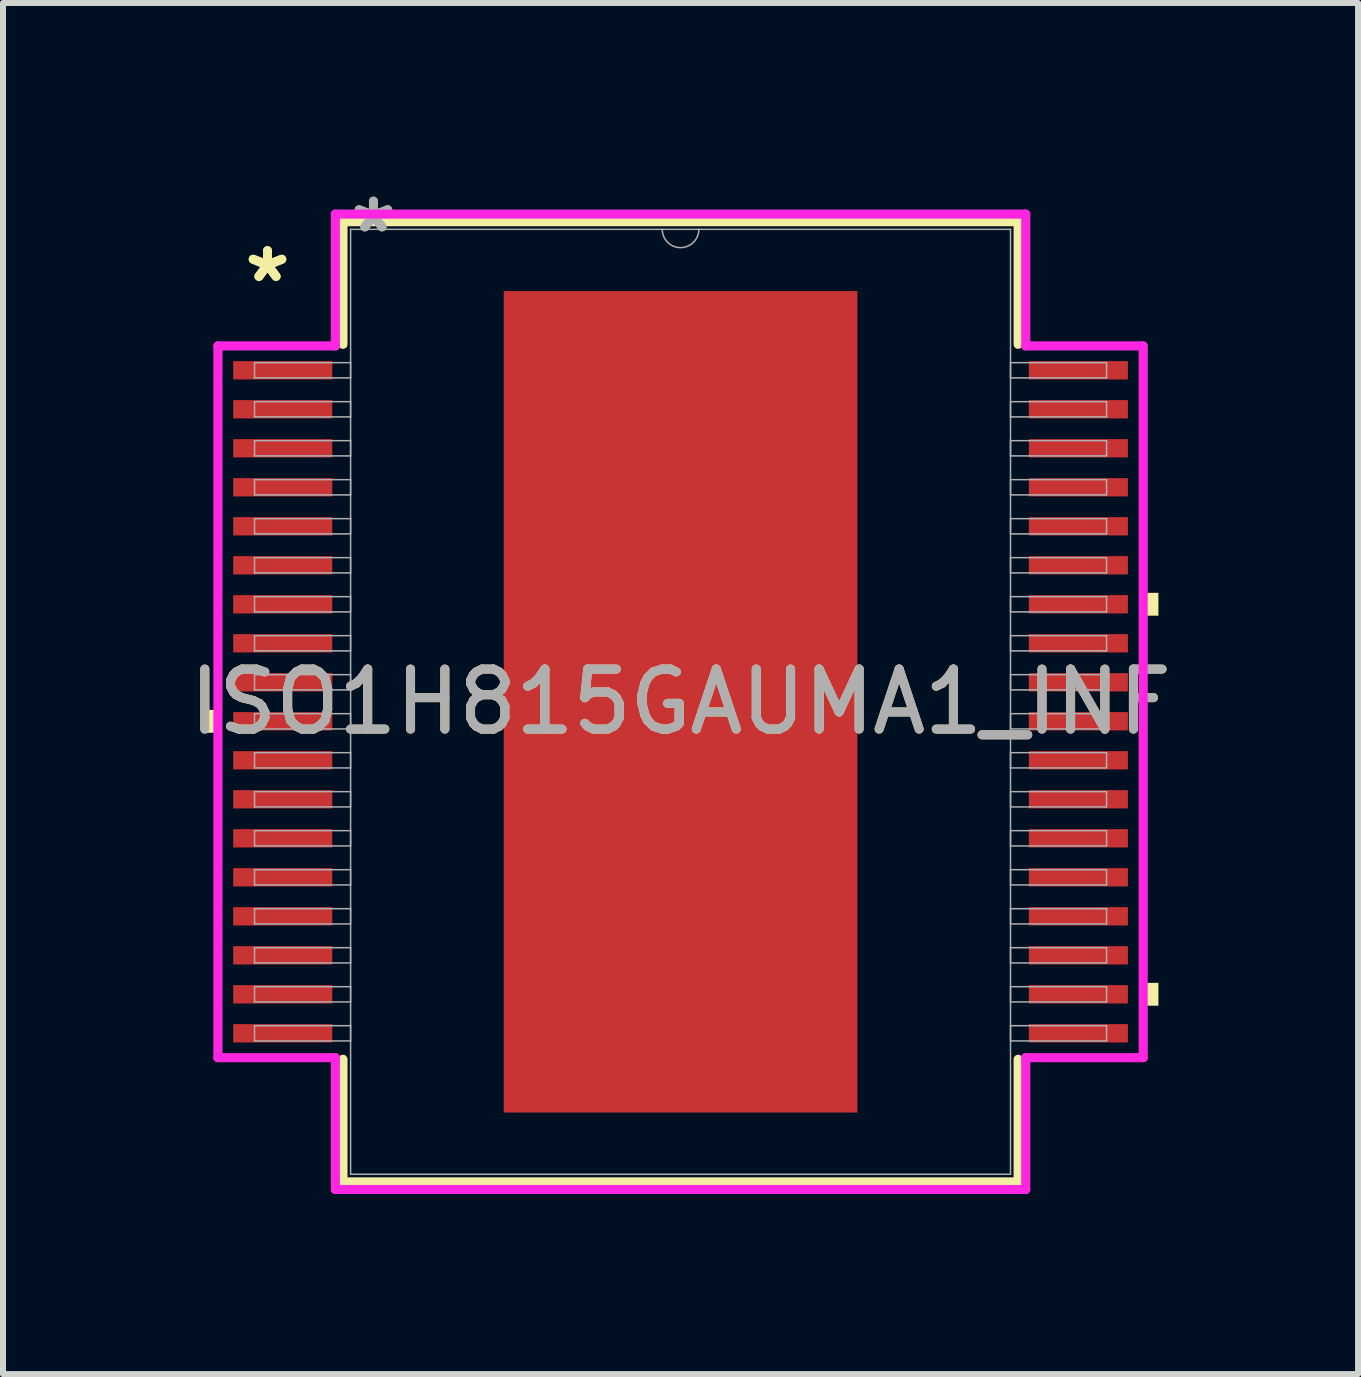
<source format=kicad_pcb>
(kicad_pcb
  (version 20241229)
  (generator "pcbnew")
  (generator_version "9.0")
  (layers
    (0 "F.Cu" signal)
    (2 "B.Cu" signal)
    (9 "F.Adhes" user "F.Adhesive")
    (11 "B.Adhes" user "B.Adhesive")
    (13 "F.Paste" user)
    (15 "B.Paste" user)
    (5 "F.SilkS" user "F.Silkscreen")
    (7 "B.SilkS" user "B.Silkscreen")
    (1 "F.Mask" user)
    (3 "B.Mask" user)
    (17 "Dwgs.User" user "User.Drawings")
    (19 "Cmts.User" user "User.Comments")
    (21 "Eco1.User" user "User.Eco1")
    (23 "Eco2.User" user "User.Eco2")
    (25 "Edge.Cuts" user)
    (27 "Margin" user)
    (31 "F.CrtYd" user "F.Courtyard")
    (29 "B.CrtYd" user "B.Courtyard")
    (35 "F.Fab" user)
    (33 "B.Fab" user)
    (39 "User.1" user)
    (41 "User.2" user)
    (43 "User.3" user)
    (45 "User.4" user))
  (footprint "ISO1H815GAUMA1_INF"
    (layer "F.Cu")
    (at 8.292 8.646)
    (property "Reference" "ISO1H815GAUMA1_INF" (at 0 0 0) (unlocked yes) (layer "F.SilkS") (effects (font (size 1 1) (thickness 0.15))))
    (attr smd)
    (fp_line (start -5.626 -8.001) (end -5.626 -5.958) (stroke (width 0.152) (type solid)) (layer "F.SilkS"))
    (fp_line (start -5.626 5.958) (end -5.626 8.001) (stroke (width 0.152) (type solid)) (layer "F.SilkS"))
    (fp_line (start -5.626 8.001) (end 5.626 8.001) (stroke (width 0.152) (type solid)) (layer "F.SilkS"))
    (fp_line (start 5.626 -8.001) (end -5.626 -8.001) (stroke (width 0.152) (type solid)) (layer "F.SilkS"))
    (fp_line (start 5.626 -5.958) (end 5.626 -8.001) (stroke (width 0.152) (type solid)) (layer "F.SilkS"))
    (fp_line (start 5.626 8.001) (end 5.626 5.958) (stroke (width 0.152) (type solid)) (layer "F.SilkS"))
    (fp_poly (pts (xy -7.964 0.135) (xy -7.964 0.516) (xy -7.71 0.516) (xy -7.71 0.135)) (stroke (width 0) (type solid)) (fill yes) (layer "F.SilkS"))
    (fp_poly (pts (xy 7.964 -1.816) (xy 7.964 -1.435) (xy 7.71 -1.435) (xy 7.71 -1.816)) (stroke (width 0) (type solid)) (fill yes) (layer "F.SilkS"))
    (fp_poly (pts (xy 7.964 4.684) (xy 7.964 5.065) (xy 7.71 5.065) (xy 7.71 4.684)) (stroke (width 0) (type solid)) (fill yes) (layer "F.SilkS"))
    (fp_poly (pts (xy -2.846 -6.745) (xy -2.846 -5.576) (xy -1.573 -5.576) (xy -1.573 -6.745)) (stroke (width 0) (type solid)) (fill yes) (layer "F.Paste"))
    (fp_poly (pts (xy -2.846 -5.376) (xy -2.846 -4.207) (xy -1.573 -4.207) (xy -1.573 -5.376)) (stroke (width 0) (type solid)) (fill yes) (layer "F.Paste"))
    (fp_poly (pts (xy -2.846 -4.007) (xy -2.846 -2.838) (xy -1.573 -2.838) (xy -1.573 -4.007)) (stroke (width 0) (type solid)) (fill yes) (layer "F.Paste"))
    (fp_poly (pts (xy -2.846 -2.638) (xy -2.846 -1.469) (xy -1.573 -1.469) (xy -1.573 -2.638)) (stroke (width 0) (type solid)) (fill yes) (layer "F.Paste"))
    (fp_poly (pts (xy -2.846 -1.269) (xy -2.846 -0.1) (xy -1.573 -0.1) (xy -1.573 -1.269)) (stroke (width 0) (type solid)) (fill yes) (layer "F.Paste"))
    (fp_poly (pts (xy -2.846 0.1) (xy -2.846 1.269) (xy -1.573 1.269) (xy -1.573 0.1)) (stroke (width 0) (type solid)) (fill yes) (layer "F.Paste"))
    (fp_poly (pts (xy -2.846 1.469) (xy -2.846 2.638) (xy -1.573 2.638) (xy -1.573 1.469)) (stroke (width 0) (type solid)) (fill yes) (layer "F.Paste"))
    (fp_poly (pts (xy -2.846 2.838) (xy -2.846 4.007) (xy -1.573 4.007) (xy -1.573 2.838)) (stroke (width 0) (type solid)) (fill yes) (layer "F.Paste"))
    (fp_poly (pts (xy -2.846 4.207) (xy -2.846 5.376) (xy -1.573 5.376) (xy -1.573 4.207)) (stroke (width 0) (type solid)) (fill yes) (layer "F.Paste"))
    (fp_poly (pts (xy -2.846 5.576) (xy -2.846 6.745) (xy -1.573 6.745) (xy -1.573 5.576)) (stroke (width 0) (type solid)) (fill yes) (layer "F.Paste"))
    (fp_poly (pts (xy -1.373 -6.745) (xy -1.373 -5.576) (xy -0.1 -5.576) (xy -0.1 -6.745)) (stroke (width 0) (type solid)) (fill yes) (layer "F.Paste"))
    (fp_poly (pts (xy -1.373 -5.376) (xy -1.373 -4.207) (xy -0.1 -4.207) (xy -0.1 -5.376)) (stroke (width 0) (type solid)) (fill yes) (layer "F.Paste"))
    (fp_poly (pts (xy -1.373 -4.007) (xy -1.373 -2.838) (xy -0.1 -2.838) (xy -0.1 -4.007)) (stroke (width 0) (type solid)) (fill yes) (layer "F.Paste"))
    (fp_poly (pts (xy -1.373 -2.638) (xy -1.373 -1.469) (xy -0.1 -1.469) (xy -0.1 -2.638)) (stroke (width 0) (type solid)) (fill yes) (layer "F.Paste"))
    (fp_poly (pts (xy -1.373 -1.269) (xy -1.373 -0.1) (xy -0.1 -0.1) (xy -0.1 -1.269)) (stroke (width 0) (type solid)) (fill yes) (layer "F.Paste"))
    (fp_poly (pts (xy -1.373 0.1) (xy -1.373 1.269) (xy -0.1 1.269) (xy -0.1 0.1)) (stroke (width 0) (type solid)) (fill yes) (layer "F.Paste"))
    (fp_poly (pts (xy -1.373 1.469) (xy -1.373 2.638) (xy -0.1 2.638) (xy -0.1 1.469)) (stroke (width 0) (type solid)) (fill yes) (layer "F.Paste"))
    (fp_poly (pts (xy -1.373 2.838) (xy -1.373 4.007) (xy -0.1 4.007) (xy -0.1 2.838)) (stroke (width 0) (type solid)) (fill yes) (layer "F.Paste"))
    (fp_poly (pts (xy -1.373 4.207) (xy -1.373 5.376) (xy -0.1 5.376) (xy -0.1 4.207)) (stroke (width 0) (type solid)) (fill yes) (layer "F.Paste"))
    (fp_poly (pts (xy -1.373 5.576) (xy -1.373 6.745) (xy -0.1 6.745) (xy -0.1 5.576)) (stroke (width 0) (type solid)) (fill yes) (layer "F.Paste"))
    (fp_poly (pts (xy 0.1 -6.745) (xy 0.1 -5.576) (xy 1.373 -5.576) (xy 1.373 -6.745)) (stroke (width 0) (type solid)) (fill yes) (layer "F.Paste"))
    (fp_poly (pts (xy 0.1 -5.376) (xy 0.1 -4.207) (xy 1.373 -4.207) (xy 1.373 -5.376)) (stroke (width 0) (type solid)) (fill yes) (layer "F.Paste"))
    (fp_poly (pts (xy 0.1 -4.007) (xy 0.1 -2.838) (xy 1.373 -2.838) (xy 1.373 -4.007)) (stroke (width 0) (type solid)) (fill yes) (layer "F.Paste"))
    (fp_poly (pts (xy 0.1 -2.638) (xy 0.1 -1.469) (xy 1.373 -1.469) (xy 1.373 -2.638)) (stroke (width 0) (type solid)) (fill yes) (layer "F.Paste"))
    (fp_poly (pts (xy 0.1 -1.269) (xy 0.1 -0.1) (xy 1.373 -0.1) (xy 1.373 -1.269)) (stroke (width 0) (type solid)) (fill yes) (layer "F.Paste"))
    (fp_poly (pts (xy 0.1 0.1) (xy 0.1 1.269) (xy 1.373 1.269) (xy 1.373 0.1)) (stroke (width 0) (type solid)) (fill yes) (layer "F.Paste"))
    (fp_poly (pts (xy 0.1 1.469) (xy 0.1 2.638) (xy 1.373 2.638) (xy 1.373 1.469)) (stroke (width 0) (type solid)) (fill yes) (layer "F.Paste"))
    (fp_poly (pts (xy 0.1 2.838) (xy 0.1 4.007) (xy 1.373 4.007) (xy 1.373 2.838)) (stroke (width 0) (type solid)) (fill yes) (layer "F.Paste"))
    (fp_poly (pts (xy 0.1 4.207) (xy 0.1 5.376) (xy 1.373 5.376) (xy 1.373 4.207)) (stroke (width 0) (type solid)) (fill yes) (layer "F.Paste"))
    (fp_poly (pts (xy 0.1 5.576) (xy 0.1 6.745) (xy 1.373 6.745) (xy 1.373 5.576)) (stroke (width 0) (type solid)) (fill yes) (layer "F.Paste"))
    (fp_poly (pts (xy 1.573 -6.745) (xy 1.573 -5.576) (xy 2.846 -5.576) (xy 2.846 -6.745)) (stroke (width 0) (type solid)) (fill yes) (layer "F.Paste"))
    (fp_poly (pts (xy 1.573 -5.376) (xy 1.573 -4.207) (xy 2.846 -4.207) (xy 2.846 -5.376)) (stroke (width 0) (type solid)) (fill yes) (layer "F.Paste"))
    (fp_poly (pts (xy 1.573 -4.007) (xy 1.573 -2.838) (xy 2.846 -2.838) (xy 2.846 -4.007)) (stroke (width 0) (type solid)) (fill yes) (layer "F.Paste"))
    (fp_poly (pts (xy 1.573 -2.638) (xy 1.573 -1.469) (xy 2.846 -1.469) (xy 2.846 -2.638)) (stroke (width 0) (type solid)) (fill yes) (layer "F.Paste"))
    (fp_poly (pts (xy 1.573 -1.269) (xy 1.573 -0.1) (xy 2.846 -0.1) (xy 2.846 -1.269)) (stroke (width 0) (type solid)) (fill yes) (layer "F.Paste"))
    (fp_poly (pts (xy 1.573 0.1) (xy 1.573 1.269) (xy 2.846 1.269) (xy 2.846 0.1)) (stroke (width 0) (type solid)) (fill yes) (layer "F.Paste"))
    (fp_poly (pts (xy 1.573 1.469) (xy 1.573 2.638) (xy 2.846 2.638) (xy 2.846 1.469)) (stroke (width 0) (type solid)) (fill yes) (layer "F.Paste"))
    (fp_poly (pts (xy 1.573 2.838) (xy 1.573 4.007) (xy 2.846 4.007) (xy 2.846 2.838)) (stroke (width 0) (type solid)) (fill yes) (layer "F.Paste"))
    (fp_poly (pts (xy 1.573 4.207) (xy 1.573 5.376) (xy 2.846 5.376) (xy 2.846 4.207)) (stroke (width 0) (type solid)) (fill yes) (layer "F.Paste"))
    (fp_poly (pts (xy 1.573 5.576) (xy 1.573 6.745) (xy 2.846 6.745) (xy 2.846 5.576)) (stroke (width 0) (type solid)) (fill yes) (layer "F.Paste"))
    (fp_line (start -7.71 -5.931) (end -5.753 -5.931) (stroke (width 0.152) (type solid)) (layer "F.CrtYd"))
    (fp_line (start -7.71 5.931) (end -7.71 -5.931) (stroke (width 0.152) (type solid)) (layer "F.CrtYd"))
    (fp_line (start -7.71 5.931) (end -5.753 5.931) (stroke (width 0.152) (type solid)) (layer "F.CrtYd"))
    (fp_line (start -5.753 -8.128) (end 5.753 -8.128) (stroke (width 0.152) (type solid)) (layer "F.CrtYd"))
    (fp_line (start -5.753 -5.931) (end -5.753 -8.128) (stroke (width 0.152) (type solid)) (layer "F.CrtYd"))
    (fp_line (start -5.753 8.128) (end -5.753 5.931) (stroke (width 0.152) (type solid)) (layer "F.CrtYd"))
    (fp_line (start 5.753 -8.128) (end 5.753 -5.931) (stroke (width 0.152) (type solid)) (layer "F.CrtYd"))
    (fp_line (start 5.753 5.931) (end 5.753 8.128) (stroke (width 0.152) (type solid)) (layer "F.CrtYd"))
    (fp_line (start 5.753 8.128) (end -5.753 8.128) (stroke (width 0.152) (type solid)) (layer "F.CrtYd"))
    (fp_line (start 7.71 -5.931) (end 5.753 -5.931) (stroke (width 0.152) (type solid)) (layer "F.CrtYd"))
    (fp_line (start 7.71 -5.931) (end 7.71 5.931) (stroke (width 0.152) (type solid)) (layer "F.CrtYd"))
    (fp_line (start 7.71 5.931) (end 5.753 5.931) (stroke (width 0.152) (type solid)) (layer "F.CrtYd"))
    (fp_line (start -7.1 -5.652) (end -7.1 -5.398) (stroke (width 0.025) (type solid)) (layer "F.Fab"))
    (fp_line (start -7.1 -5.398) (end -5.499 -5.398) (stroke (width 0.025) (type solid)) (layer "F.Fab"))
    (fp_line (start -7.1 -5.002) (end -7.1 -4.748) (stroke (width 0.025) (type solid)) (layer "F.Fab"))
    (fp_line (start -7.1 -4.748) (end -5.499 -4.748) (stroke (width 0.025) (type solid)) (layer "F.Fab"))
    (fp_line (start -7.1 -4.352) (end -7.1 -4.098) (stroke (width 0.025) (type solid)) (layer "F.Fab"))
    (fp_line (start -7.1 -4.098) (end -5.499 -4.098) (stroke (width 0.025) (type solid)) (layer "F.Fab"))
    (fp_line (start -7.1 -3.702) (end -7.1 -3.448) (stroke (width 0.025) (type solid)) (layer "F.Fab"))
    (fp_line (start -7.1 -3.448) (end -5.499 -3.448) (stroke (width 0.025) (type solid)) (layer "F.Fab"))
    (fp_line (start -7.1 -3.052) (end -7.1 -2.798) (stroke (width 0.025) (type solid)) (layer "F.Fab"))
    (fp_line (start -7.1 -2.798) (end -5.499 -2.798) (stroke (width 0.025) (type solid)) (layer "F.Fab"))
    (fp_line (start -7.1 -2.402) (end -7.1 -2.148) (stroke (width 0.025) (type solid)) (layer "F.Fab"))
    (fp_line (start -7.1 -2.148) (end -5.499 -2.148) (stroke (width 0.025) (type solid)) (layer "F.Fab"))
    (fp_line (start -7.1 -1.752) (end -7.1 -1.498) (stroke (width 0.025) (type solid)) (layer "F.Fab"))
    (fp_line (start -7.1 -1.498) (end -5.499 -1.498) (stroke (width 0.025) (type solid)) (layer "F.Fab"))
    (fp_line (start -7.1 -1.102) (end -7.1 -0.848) (stroke (width 0.025) (type solid)) (layer "F.Fab"))
    (fp_line (start -7.1 -0.848) (end -5.499 -0.848) (stroke (width 0.025) (type solid)) (layer "F.Fab"))
    (fp_line (start -7.1 -0.452) (end -7.1 -0.198) (stroke (width 0.025) (type solid)) (layer "F.Fab"))
    (fp_line (start -7.1 -0.198) (end -5.499 -0.198) (stroke (width 0.025) (type solid)) (layer "F.Fab"))
    (fp_line (start -7.1 0.198) (end -7.1 0.452) (stroke (width 0.025) (type solid)) (layer "F.Fab"))
    (fp_line (start -7.1 0.452) (end -5.499 0.452) (stroke (width 0.025) (type solid)) (layer "F.Fab"))
    (fp_line (start -7.1 0.848) (end -7.1 1.102) (stroke (width 0.025) (type solid)) (layer "F.Fab"))
    (fp_line (start -7.1 1.102) (end -5.499 1.102) (stroke (width 0.025) (type solid)) (layer "F.Fab"))
    (fp_line (start -7.1 1.498) (end -7.1 1.752) (stroke (width 0.025) (type solid)) (layer "F.Fab"))
    (fp_line (start -7.1 1.752) (end -5.499 1.752) (stroke (width 0.025) (type solid)) (layer "F.Fab"))
    (fp_line (start -7.1 2.148) (end -7.1 2.402) (stroke (width 0.025) (type solid)) (layer "F.Fab"))
    (fp_line (start -7.1 2.402) (end -5.499 2.402) (stroke (width 0.025) (type solid)) (layer "F.Fab"))
    (fp_line (start -7.1 2.798) (end -7.1 3.052) (stroke (width 0.025) (type solid)) (layer "F.Fab"))
    (fp_line (start -7.1 3.052) (end -5.499 3.052) (stroke (width 0.025) (type solid)) (layer "F.Fab"))
    (fp_line (start -7.1 3.448) (end -7.1 3.702) (stroke (width 0.025) (type solid)) (layer "F.Fab"))
    (fp_line (start -7.1 3.702) (end -5.499 3.702) (stroke (width 0.025) (type solid)) (layer "F.Fab"))
    (fp_line (start -7.1 4.098) (end -7.1 4.352) (stroke (width 0.025) (type solid)) (layer "F.Fab"))
    (fp_line (start -7.1 4.352) (end -5.499 4.352) (stroke (width 0.025) (type solid)) (layer "F.Fab"))
    (fp_line (start -7.1 4.748) (end -7.1 5.002) (stroke (width 0.025) (type solid)) (layer "F.Fab"))
    (fp_line (start -7.1 5.002) (end -5.499 5.002) (stroke (width 0.025) (type solid)) (layer "F.Fab"))
    (fp_line (start -7.1 5.398) (end -7.1 5.652) (stroke (width 0.025) (type solid)) (layer "F.Fab"))
    (fp_line (start -7.1 5.652) (end -5.499 5.652) (stroke (width 0.025) (type solid)) (layer "F.Fab"))
    (fp_line (start -5.499 -7.874) (end -5.499 7.874) (stroke (width 0.025) (type solid)) (layer "F.Fab"))
    (fp_line (start -5.499 -5.652) (end -7.1 -5.652) (stroke (width 0.025) (type solid)) (layer "F.Fab"))
    (fp_line (start -5.499 -5.398) (end -5.499 -5.652) (stroke (width 0.025) (type solid)) (layer "F.Fab"))
    (fp_line (start -5.499 -5.002) (end -7.1 -5.002) (stroke (width 0.025) (type solid)) (layer "F.Fab"))
    (fp_line (start -5.499 -4.748) (end -5.499 -5.002) (stroke (width 0.025) (type solid)) (layer "F.Fab"))
    (fp_line (start -5.499 -4.352) (end -7.1 -4.352) (stroke (width 0.025) (type solid)) (layer "F.Fab"))
    (fp_line (start -5.499 -4.098) (end -5.499 -4.352) (stroke (width 0.025) (type solid)) (layer "F.Fab"))
    (fp_line (start -5.499 -3.702) (end -7.1 -3.702) (stroke (width 0.025) (type solid)) (layer "F.Fab"))
    (fp_line (start -5.499 -3.448) (end -5.499 -3.702) (stroke (width 0.025) (type solid)) (layer "F.Fab"))
    (fp_line (start -5.499 -3.052) (end -7.1 -3.052) (stroke (width 0.025) (type solid)) (layer "F.Fab"))
    (fp_line (start -5.499 -2.798) (end -5.499 -3.052) (stroke (width 0.025) (type solid)) (layer "F.Fab"))
    (fp_line (start -5.499 -2.402) (end -7.1 -2.402) (stroke (width 0.025) (type solid)) (layer "F.Fab"))
    (fp_line (start -5.499 -2.148) (end -5.499 -2.402) (stroke (width 0.025) (type solid)) (layer "F.Fab"))
    (fp_line (start -5.499 -1.752) (end -7.1 -1.752) (stroke (width 0.025) (type solid)) (layer "F.Fab"))
    (fp_line (start -5.499 -1.498) (end -5.499 -1.752) (stroke (width 0.025) (type solid)) (layer "F.Fab"))
    (fp_line (start -5.499 -1.102) (end -7.1 -1.102) (stroke (width 0.025) (type solid)) (layer "F.Fab"))
    (fp_line (start -5.499 -0.848) (end -5.499 -1.102) (stroke (width 0.025) (type solid)) (layer "F.Fab"))
    (fp_line (start -5.499 -0.452) (end -7.1 -0.452) (stroke (width 0.025) (type solid)) (layer "F.Fab"))
    (fp_line (start -5.499 -0.198) (end -5.499 -0.452) (stroke (width 0.025) (type solid)) (layer "F.Fab"))
    (fp_line (start -5.499 0.198) (end -7.1 0.198) (stroke (width 0.025) (type solid)) (layer "F.Fab"))
    (fp_line (start -5.499 0.452) (end -5.499 0.198) (stroke (width 0.025) (type solid)) (layer "F.Fab"))
    (fp_line (start -5.499 0.848) (end -7.1 0.848) (stroke (width 0.025) (type solid)) (layer "F.Fab"))
    (fp_line (start -5.499 1.102) (end -5.499 0.848) (stroke (width 0.025) (type solid)) (layer "F.Fab"))
    (fp_line (start -5.499 1.498) (end -7.1 1.498) (stroke (width 0.025) (type solid)) (layer "F.Fab"))
    (fp_line (start -5.499 1.752) (end -5.499 1.498) (stroke (width 0.025) (type solid)) (layer "F.Fab"))
    (fp_line (start -5.499 2.148) (end -7.1 2.148) (stroke (width 0.025) (type solid)) (layer "F.Fab"))
    (fp_line (start -5.499 2.402) (end -5.499 2.148) (stroke (width 0.025) (type solid)) (layer "F.Fab"))
    (fp_line (start -5.499 2.798) (end -7.1 2.798) (stroke (width 0.025) (type solid)) (layer "F.Fab"))
    (fp_line (start -5.499 3.052) (end -5.499 2.798) (stroke (width 0.025) (type solid)) (layer "F.Fab"))
    (fp_line (start -5.499 3.448) (end -7.1 3.448) (stroke (width 0.025) (type solid)) (layer "F.Fab"))
    (fp_line (start -5.499 3.702) (end -5.499 3.448) (stroke (width 0.025) (type solid)) (layer "F.Fab"))
    (fp_line (start -5.499 4.098) (end -7.1 4.098) (stroke (width 0.025) (type solid)) (layer "F.Fab"))
    (fp_line (start -5.499 4.352) (end -5.499 4.098) (stroke (width 0.025) (type solid)) (layer "F.Fab"))
    (fp_line (start -5.499 4.748) (end -7.1 4.748) (stroke (width 0.025) (type solid)) (layer "F.Fab"))
    (fp_line (start -5.499 5.002) (end -5.499 4.748) (stroke (width 0.025) (type solid)) (layer "F.Fab"))
    (fp_line (start -5.499 5.398) (end -7.1 5.398) (stroke (width 0.025) (type solid)) (layer "F.Fab"))
    (fp_line (start -5.499 5.652) (end -5.499 5.398) (stroke (width 0.025) (type solid)) (layer "F.Fab"))
    (fp_line (start -5.499 7.874) (end 5.499 7.874) (stroke (width 0.025) (type solid)) (layer "F.Fab"))
    (fp_line (start 5.499 -7.874) (end -5.499 -7.874) (stroke (width 0.025) (type solid)) (layer "F.Fab"))
    (fp_line (start 5.499 -5.652) (end 5.499 -5.398) (stroke (width 0.025) (type solid)) (layer "F.Fab"))
    (fp_line (start 5.499 -5.398) (end 7.1 -5.398) (stroke (width 0.025) (type solid)) (layer "F.Fab"))
    (fp_line (start 5.499 -5.002) (end 5.499 -4.748) (stroke (width 0.025) (type solid)) (layer "F.Fab"))
    (fp_line (start 5.499 -4.748) (end 7.1 -4.748) (stroke (width 0.025) (type solid)) (layer "F.Fab"))
    (fp_line (start 5.499 -4.352) (end 5.499 -4.098) (stroke (width 0.025) (type solid)) (layer "F.Fab"))
    (fp_line (start 5.499 -4.098) (end 7.1 -4.098) (stroke (width 0.025) (type solid)) (layer "F.Fab"))
    (fp_line (start 5.499 -3.702) (end 5.499 -3.448) (stroke (width 0.025) (type solid)) (layer "F.Fab"))
    (fp_line (start 5.499 -3.448) (end 7.1 -3.448) (stroke (width 0.025) (type solid)) (layer "F.Fab"))
    (fp_line (start 5.499 -3.052) (end 5.499 -2.798) (stroke (width 0.025) (type solid)) (layer "F.Fab"))
    (fp_line (start 5.499 -2.798) (end 7.1 -2.798) (stroke (width 0.025) (type solid)) (layer "F.Fab"))
    (fp_line (start 5.499 -2.402) (end 5.499 -2.148) (stroke (width 0.025) (type solid)) (layer "F.Fab"))
    (fp_line (start 5.499 -2.148) (end 7.1 -2.148) (stroke (width 0.025) (type solid)) (layer "F.Fab"))
    (fp_line (start 5.499 -1.752) (end 5.499 -1.498) (stroke (width 0.025) (type solid)) (layer "F.Fab"))
    (fp_line (start 5.499 -1.498) (end 7.1 -1.498) (stroke (width 0.025) (type solid)) (layer "F.Fab"))
    (fp_line (start 5.499 -1.102) (end 5.499 -0.848) (stroke (width 0.025) (type solid)) (layer "F.Fab"))
    (fp_line (start 5.499 -0.848) (end 7.1 -0.848) (stroke (width 0.025) (type solid)) (layer "F.Fab"))
    (fp_line (start 5.499 -0.452) (end 5.499 -0.198) (stroke (width 0.025) (type solid)) (layer "F.Fab"))
    (fp_line (start 5.499 -0.198) (end 7.1 -0.198) (stroke (width 0.025) (type solid)) (layer "F.Fab"))
    (fp_line (start 5.499 0.198) (end 5.499 0.452) (stroke (width 0.025) (type solid)) (layer "F.Fab"))
    (fp_line (start 5.499 0.452) (end 7.1 0.452) (stroke (width 0.025) (type solid)) (layer "F.Fab"))
    (fp_line (start 5.499 0.848) (end 5.499 1.102) (stroke (width 0.025) (type solid)) (layer "F.Fab"))
    (fp_line (start 5.499 1.102) (end 7.1 1.102) (stroke (width 0.025) (type solid)) (layer "F.Fab"))
    (fp_line (start 5.499 1.498) (end 5.499 1.752) (stroke (width 0.025) (type solid)) (layer "F.Fab"))
    (fp_line (start 5.499 1.752) (end 7.1 1.752) (stroke (width 0.025) (type solid)) (layer "F.Fab"))
    (fp_line (start 5.499 2.148) (end 5.499 2.402) (stroke (width 0.025) (type solid)) (layer "F.Fab"))
    (fp_line (start 5.499 2.402) (end 7.1 2.402) (stroke (width 0.025) (type solid)) (layer "F.Fab"))
    (fp_line (start 5.499 2.798) (end 5.499 3.052) (stroke (width 0.025) (type solid)) (layer "F.Fab"))
    (fp_line (start 5.499 3.052) (end 7.1 3.052) (stroke (width 0.025) (type solid)) (layer "F.Fab"))
    (fp_line (start 5.499 3.448) (end 5.499 3.702) (stroke (width 0.025) (type solid)) (layer "F.Fab"))
    (fp_line (start 5.499 3.702) (end 7.1 3.702) (stroke (width 0.025) (type solid)) (layer "F.Fab"))
    (fp_line (start 5.499 4.098) (end 5.499 4.352) (stroke (width 0.025) (type solid)) (layer "F.Fab"))
    (fp_line (start 5.499 4.352) (end 7.1 4.352) (stroke (width 0.025) (type solid)) (layer "F.Fab"))
    (fp_line (start 5.499 4.748) (end 5.499 5.002) (stroke (width 0.025) (type solid)) (layer "F.Fab"))
    (fp_line (start 5.499 5.002) (end 7.1 5.002) (stroke (width 0.025) (type solid)) (layer "F.Fab"))
    (fp_line (start 5.499 5.398) (end 5.499 5.652) (stroke (width 0.025) (type solid)) (layer "F.Fab"))
    (fp_line (start 5.499 5.652) (end 7.1 5.652) (stroke (width 0.025) (type solid)) (layer "F.Fab"))
    (fp_line (start 5.499 7.874) (end 5.499 -7.874) (stroke (width 0.025) (type solid)) (layer "F.Fab"))
    (fp_line (start 7.1 -5.652) (end 5.499 -5.652) (stroke (width 0.025) (type solid)) (layer "F.Fab"))
    (fp_line (start 7.1 -5.398) (end 7.1 -5.652) (stroke (width 0.025) (type solid)) (layer "F.Fab"))
    (fp_line (start 7.1 -5.002) (end 5.499 -5.002) (stroke (width 0.025) (type solid)) (layer "F.Fab"))
    (fp_line (start 7.1 -4.748) (end 7.1 -5.002) (stroke (width 0.025) (type solid)) (layer "F.Fab"))
    (fp_line (start 7.1 -4.352) (end 5.499 -4.352) (stroke (width 0.025) (type solid)) (layer "F.Fab"))
    (fp_line (start 7.1 -4.098) (end 7.1 -4.352) (stroke (width 0.025) (type solid)) (layer "F.Fab"))
    (fp_line (start 7.1 -3.702) (end 5.499 -3.702) (stroke (width 0.025) (type solid)) (layer "F.Fab"))
    (fp_line (start 7.1 -3.448) (end 7.1 -3.702) (stroke (width 0.025) (type solid)) (layer "F.Fab"))
    (fp_line (start 7.1 -3.052) (end 5.499 -3.052) (stroke (width 0.025) (type solid)) (layer "F.Fab"))
    (fp_line (start 7.1 -2.798) (end 7.1 -3.052) (stroke (width 0.025) (type solid)) (layer "F.Fab"))
    (fp_line (start 7.1 -2.402) (end 5.499 -2.402) (stroke (width 0.025) (type solid)) (layer "F.Fab"))
    (fp_line (start 7.1 -2.148) (end 7.1 -2.402) (stroke (width 0.025) (type solid)) (layer "F.Fab"))
    (fp_line (start 7.1 -1.752) (end 5.499 -1.752) (stroke (width 0.025) (type solid)) (layer "F.Fab"))
    (fp_line (start 7.1 -1.498) (end 7.1 -1.752) (stroke (width 0.025) (type solid)) (layer "F.Fab"))
    (fp_line (start 7.1 -1.102) (end 5.499 -1.102) (stroke (width 0.025) (type solid)) (layer "F.Fab"))
    (fp_line (start 7.1 -0.848) (end 7.1 -1.102) (stroke (width 0.025) (type solid)) (layer "F.Fab"))
    (fp_line (start 7.1 -0.452) (end 5.499 -0.452) (stroke (width 0.025) (type solid)) (layer "F.Fab"))
    (fp_line (start 7.1 -0.198) (end 7.1 -0.452) (stroke (width 0.025) (type solid)) (layer "F.Fab"))
    (fp_line (start 7.1 0.198) (end 5.499 0.198) (stroke (width 0.025) (type solid)) (layer "F.Fab"))
    (fp_line (start 7.1 0.452) (end 7.1 0.198) (stroke (width 0.025) (type solid)) (layer "F.Fab"))
    (fp_line (start 7.1 0.848) (end 5.499 0.848) (stroke (width 0.025) (type solid)) (layer "F.Fab"))
    (fp_line (start 7.1 1.102) (end 7.1 0.848) (stroke (width 0.025) (type solid)) (layer "F.Fab"))
    (fp_line (start 7.1 1.498) (end 5.499 1.498) (stroke (width 0.025) (type solid)) (layer "F.Fab"))
    (fp_line (start 7.1 1.752) (end 7.1 1.498) (stroke (width 0.025) (type solid)) (layer "F.Fab"))
    (fp_line (start 7.1 2.148) (end 5.499 2.148) (stroke (width 0.025) (type solid)) (layer "F.Fab"))
    (fp_line (start 7.1 2.402) (end 7.1 2.148) (stroke (width 0.025) (type solid)) (layer "F.Fab"))
    (fp_line (start 7.1 2.798) (end 5.499 2.798) (stroke (width 0.025) (type solid)) (layer "F.Fab"))
    (fp_line (start 7.1 3.052) (end 7.1 2.798) (stroke (width 0.025) (type solid)) (layer "F.Fab"))
    (fp_line (start 7.1 3.448) (end 5.499 3.448) (stroke (width 0.025) (type solid)) (layer "F.Fab"))
    (fp_line (start 7.1 3.702) (end 7.1 3.448) (stroke (width 0.025) (type solid)) (layer "F.Fab"))
    (fp_line (start 7.1 4.098) (end 5.499 4.098) (stroke (width 0.025) (type solid)) (layer "F.Fab"))
    (fp_line (start 7.1 4.352) (end 7.1 4.098) (stroke (width 0.025) (type solid)) (layer "F.Fab"))
    (fp_line (start 7.1 4.748) (end 5.499 4.748) (stroke (width 0.025) (type solid)) (layer "F.Fab"))
    (fp_line (start 7.1 5.002) (end 7.1 4.748) (stroke (width 0.025) (type solid)) (layer "F.Fab"))
    (fp_line (start 7.1 5.398) (end 5.499 5.398) (stroke (width 0.025) (type solid)) (layer "F.Fab"))
    (fp_line (start 7.1 5.652) (end 7.1 5.398) (stroke (width 0.025) (type solid)) (layer "F.Fab"))
    (fp_arc (start 0.3048 -7.874) (mid 0 -7.5692) (end -0.3048 -7.874) (stroke (width 0.0254) (type solid)) (layer "F.Fab"))
    (fp_text user "*" (at -6.884 -6.973 0) (layer "F.SilkS") (effects (font (size 1 1) (thickness 0.15))))
    (fp_text user "*" (at -6.884 -6.973 0) (unlocked yes) (layer "F.SilkS") (effects (font (size 1 1) (thickness 0.15))))
    (fp_text user "*" (at -5.118 -7.798 0) (unlocked yes) (layer "F.Fab") (effects (font (size 1 1) (thickness 0.15))))
    (fp_text user "*" (at -5.118 -7.798 0) (layer "F.Fab") (effects (font (size 1 1) (thickness 0.15))))
    (fp_text user "${REFERENCE}" (at 0 0 0) (unlocked yes) (layer "F.Fab") (effects (font (size 1 1) (thickness 0.15))))
    (pad "1" smd rect (at -6.63 -5.525) (size 1.651 0.305) (layers "F.Cu" "F.Mask" "F.Paste"))
    (pad "2" smd rect (at -6.63 -4.875) (size 1.651 0.305) (layers "F.Cu" "F.Mask" "F.Paste"))
    (pad "3" smd rect (at -6.63 -4.225) (size 1.651 0.305) (layers "F.Cu" "F.Mask" "F.Paste"))
    (pad "4" smd rect (at -6.63 -3.575) (size 1.651 0.305) (layers "F.Cu" "F.Mask" "F.Paste"))
    (pad "5" smd rect (at -6.63 -2.925) (size 1.651 0.305) (layers "F.Cu" "F.Mask" "F.Paste"))
    (pad "6" smd rect (at -6.63 -2.275) (size 1.651 0.305) (layers "F.Cu" "F.Mask" "F.Paste"))
    (pad "7" smd rect (at -6.63 -1.625) (size 1.651 0.305) (layers "F.Cu" "F.Mask" "F.Paste"))
    (pad "8" smd rect (at -6.63 -0.975) (size 1.651 0.305) (layers "F.Cu" "F.Mask" "F.Paste"))
    (pad "9" smd rect (at -6.63 -0.325) (size 1.651 0.305) (layers "F.Cu" "F.Mask" "F.Paste"))
    (pad "10" smd rect (at -6.63 0.325) (size 1.651 0.305) (layers "F.Cu" "F.Mask" "F.Paste"))
    (pad "11" smd rect (at -6.63 0.975) (size 1.651 0.305) (layers "F.Cu" "F.Mask" "F.Paste"))
    (pad "12" smd rect (at -6.63 1.625) (size 1.651 0.305) (layers "F.Cu" "F.Mask" "F.Paste"))
    (pad "13" smd rect (at -6.63 2.275) (size 1.651 0.305) (layers "F.Cu" "F.Mask" "F.Paste"))
    (pad "14" smd rect (at -6.63 2.925) (size 1.651 0.305) (layers "F.Cu" "F.Mask" "F.Paste"))
    (pad "15" smd rect (at -6.63 3.575) (size 1.651 0.305) (layers "F.Cu" "F.Mask" "F.Paste"))
    (pad "16" smd rect (at -6.63 4.225) (size 1.651 0.305) (layers "F.Cu" "F.Mask" "F.Paste"))
    (pad "17" smd rect (at -6.63 4.875) (size 1.651 0.305) (layers "F.Cu" "F.Mask" "F.Paste"))
    (pad "18" smd rect (at -6.63 5.525) (size 1.651 0.305) (layers "F.Cu" "F.Mask" "F.Paste"))
    (pad "19" smd rect (at 6.63 5.525) (size 1.651 0.305) (layers "F.Cu" "F.Mask" "F.Paste"))
    (pad "20" smd rect (at 6.63 4.875) (size 1.651 0.305) (layers "F.Cu" "F.Mask" "F.Paste"))
    (pad "21" smd rect (at 6.63 4.225) (size 1.651 0.305) (layers "F.Cu" "F.Mask" "F.Paste"))
    (pad "22" smd rect (at 6.63 3.575) (size 1.651 0.305) (layers "F.Cu" "F.Mask" "F.Paste"))
    (pad "23" smd rect (at 6.63 2.925) (size 1.651 0.305) (layers "F.Cu" "F.Mask" "F.Paste"))
    (pad "24" smd rect (at 6.63 2.275) (size 1.651 0.305) (layers "F.Cu" "F.Mask" "F.Paste"))
    (pad "25" smd rect (at 6.63 1.625) (size 1.651 0.305) (layers "F.Cu" "F.Mask" "F.Paste"))
    (pad "26" smd rect (at 6.63 0.975) (size 1.651 0.305) (layers "F.Cu" "F.Mask" "F.Paste"))
    (pad "27" smd rect (at 6.63 0.325) (size 1.651 0.305) (layers "F.Cu" "F.Mask" "F.Paste"))
    (pad "28" smd rect (at 6.63 -0.325) (size 1.651 0.305) (layers "F.Cu" "F.Mask" "F.Paste"))
    (pad "29" smd rect (at 6.63 -0.975) (size 1.651 0.305) (layers "F.Cu" "F.Mask" "F.Paste"))
    (pad "30" smd rect (at 6.63 -1.625) (size 1.651 0.305) (layers "F.Cu" "F.Mask" "F.Paste"))
    (pad "31" smd rect (at 6.63 -2.275) (size 1.651 0.305) (layers "F.Cu" "F.Mask" "F.Paste"))
    (pad "32" smd rect (at 6.63 -2.925) (size 1.651 0.305) (layers "F.Cu" "F.Mask" "F.Paste"))
    (pad "33" smd rect (at 6.63 -3.575) (size 1.651 0.305) (layers "F.Cu" "F.Mask" "F.Paste"))
    (pad "34" smd rect (at 6.63 -4.225) (size 1.651 0.305) (layers "F.Cu" "F.Mask" "F.Paste"))
    (pad "35" smd rect (at 6.63 -4.875) (size 1.651 0.305) (layers "F.Cu" "F.Mask" "F.Paste"))
    (pad "36" smd rect (at 6.63 -5.525) (size 1.651 0.305) (layers "F.Cu" "F.Mask" "F.Paste"))
    (pad "EPAD" smd rect (at 0 0) (size 5.893 13.691) (layers "F.Cu" "F.Mask")))
  (gr_rect
    (start -3 -3)
    (end 19.583 19.85)
    (stroke (width 0.1) (type default))
    (fill no)
    (layer "Edge.Cuts")))
</source>
